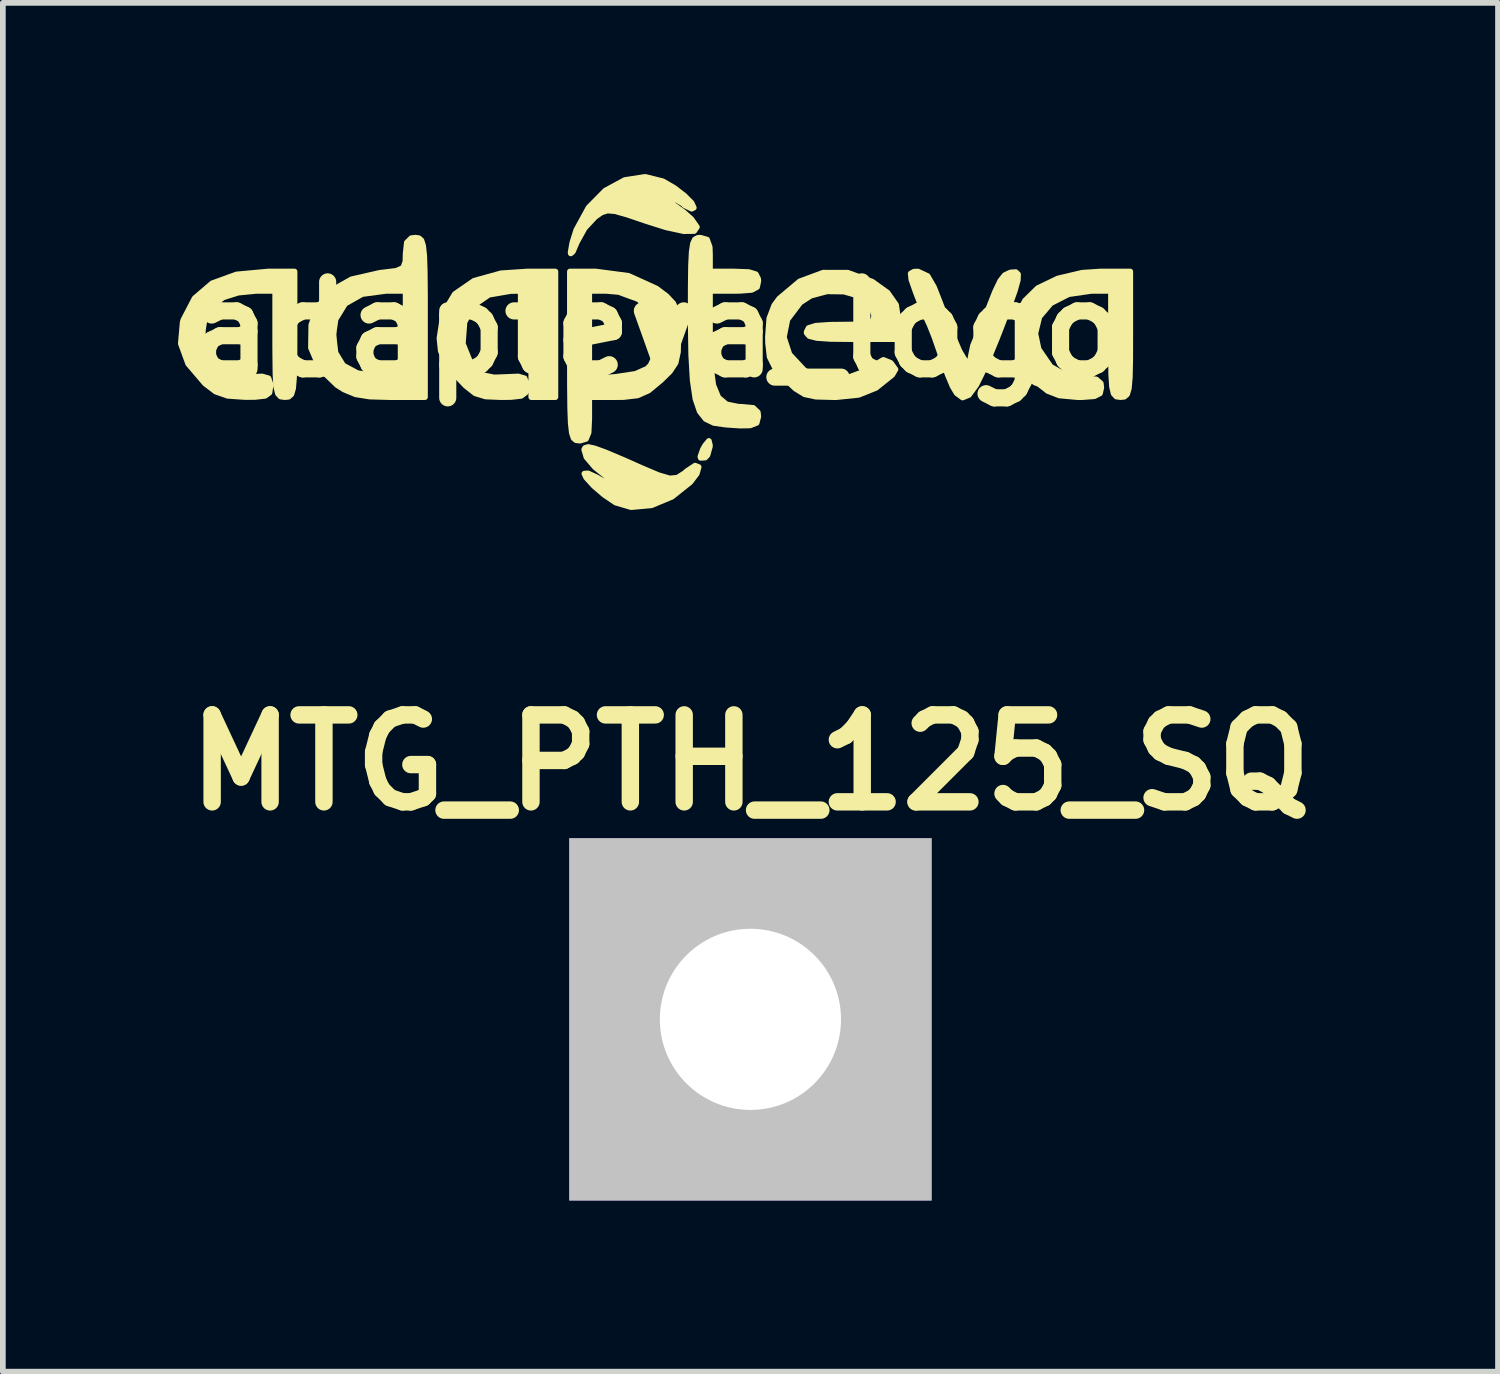
<source format=kicad_pcb>
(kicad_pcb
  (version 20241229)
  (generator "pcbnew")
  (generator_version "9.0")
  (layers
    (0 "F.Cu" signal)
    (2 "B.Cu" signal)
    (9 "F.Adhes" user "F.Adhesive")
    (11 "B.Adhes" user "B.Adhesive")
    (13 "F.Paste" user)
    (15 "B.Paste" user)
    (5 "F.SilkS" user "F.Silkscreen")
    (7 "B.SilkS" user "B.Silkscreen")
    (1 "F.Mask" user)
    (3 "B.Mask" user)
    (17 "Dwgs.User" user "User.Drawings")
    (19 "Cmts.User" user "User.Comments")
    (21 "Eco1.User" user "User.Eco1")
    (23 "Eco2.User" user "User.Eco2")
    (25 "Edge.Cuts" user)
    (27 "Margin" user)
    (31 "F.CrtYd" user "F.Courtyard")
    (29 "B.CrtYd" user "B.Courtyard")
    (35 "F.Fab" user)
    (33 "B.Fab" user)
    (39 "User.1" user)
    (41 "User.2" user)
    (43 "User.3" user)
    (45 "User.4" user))
  (footprint "adapteva_logo"
    (layer "F.Cu")
    (at 8.462 2.725)
    (property "Reference" "adapteva_logo" (at 0 0 0) (layer "F.SilkS") (effects (font (size 1.524 1.524) (thickness 0.3))))
    (attr through_hole)
    (fp_poly (pts (xy 0.93 2.048) (xy 0.887 2.201) (xy 0.847 2.244) (xy 0.769 2.249) (xy 0.763 2.227) (xy 0.806 2.104) (xy 0.847 2.032) (xy 0.912 1.953) (xy 0.93 2.029) (xy 0.93 2.048)) (stroke (width 0.1) (type solid)) (fill yes) (layer "F.SilkS"))
    (fp_poly (pts (xy 0.732 2.41) (xy 0.7 2.525) (xy 0.586 2.675) (xy 0.265 2.931) (xy -0.096 3.081) (xy -0.451 3.113) (xy -0.72 3.034) (xy -0.918 2.901) (xy -1.107 2.739) (xy -1.239 2.594) (xy -1.27 2.526) (xy -1.207 2.521) (xy -1.052 2.592) (xy -0.995 2.626) (xy -0.774 2.747) (xy -0.657 2.789) (xy -0.657 2.753) (xy -0.792 2.642) (xy -0.847 2.603) (xy -1.083 2.414) (xy -1.234 2.237) (xy -1.273 2.104) (xy -1.257 2.075) (xy -1.204 2.059) (xy -1.093 2.083) (xy -0.898 2.154) (xy -0.595 2.282) (xy -0.273 2.425) (xy 0.029 2.553) (xy 0.225 2.61) (xy 0.36 2.598) (xy 0.481 2.521) (xy 0.523 2.484) (xy 0.67 2.386) (xy 0.732 2.41)) (stroke (width 0.1) (type solid)) (fill yes) (layer "F.SilkS"))
    (fp_poly (pts (xy -1.778 1.185) (xy -1.99 1.185) (xy -2.201 1.185) (xy -2.201 0.254) (xy -2.201 -0.677) (xy -2.561 -0.675) (xy -2.945 -0.609) (xy -3.22 -0.419) (xy -3.372 -0.127) (xy -3.4 0.249) (xy -3.264 0.587) (xy -3.19 0.683) (xy -3.048 0.8) (xy -2.854 0.84) (xy -2.661 0.833) (xy -2.429 0.823) (xy -2.319 0.855) (xy -2.287 0.948) (xy -2.286 0.994) (xy -2.302 1.106) (xy -2.378 1.163) (xy -2.557 1.183) (xy -2.731 1.185) (xy -3 1.174) (xy -3.182 1.119) (xy -3.35 0.987) (xy -3.493 0.837) (xy -3.692 0.59) (xy -3.787 0.377) (xy -3.81 0.154) (xy -3.743 -0.284) (xy -3.541 -0.621) (xy -3.204 -0.854) (xy -2.732 -0.985) (xy -2.273 -1.016) (xy -1.778 -1.016) (xy -1.778 0.085) (xy -1.778 1.185)) (stroke (width 0.1) (type solid)) (fill yes) (layer "F.SilkS"))
    (fp_poly (pts (xy -4.064 1.185) (xy -4.403 1.185) (xy -4.403 0.847) (xy -4.403 0.085) (xy -4.403 -0.677) (xy -4.747 -0.677) (xy -5.167 -0.621) (xy -5.463 -0.453) (xy -5.631 -0.179) (xy -5.67 0.087) (xy -5.632 0.409) (xy -5.498 0.63) (xy -5.248 0.764) (xy -4.862 0.828) (xy -4.72 0.835) (xy -4.403 0.847) (xy -4.403 1.185) (xy -4.679 1.185) (xy -5.034 1.175) (xy -5.282 1.135) (xy -5.481 1.052) (xy -5.601 0.977) (xy -5.909 0.68) (xy -6.062 0.321) (xy -6.056 -0.079) (xy -5.955 -0.375) (xy -5.721 -0.672) (xy -5.351 -0.88) (xy -4.857 -0.993) (xy -4.805 -0.999) (xy -4.563 -1.029) (xy -4.445 -1.082) (xy -4.406 -1.193) (xy -4.403 -1.323) (xy -4.382 -1.523) (xy -4.303 -1.601) (xy -4.233 -1.609) (xy -4.171 -1.601) (xy -4.126 -1.562) (xy -4.096 -1.467) (xy -4.077 -1.293) (xy -4.068 -1.016) (xy -4.064 -0.611) (xy -4.064 -0.212) (xy -4.064 1.185)) (stroke (width 0.1) (type solid)) (fill yes) (layer "F.SilkS"))
    (fp_poly (pts (xy 1.778 1.524) (xy 1.749 1.636) (xy 1.633 1.681) (xy 1.46 1.684) (xy 1.208 1.667) (xy 1.01 1.639) (xy 0.994 1.635) (xy 0.855 1.567) (xy 0.751 1.435) (xy 0.676 1.216) (xy 0.628 0.891) (xy 0.602 0.44) (xy 0.593 -0.156) (xy 0.593 -0.25) (xy 0.594 -0.757) (xy 0.599 -1.12) (xy 0.611 -1.361) (xy 0.633 -1.507) (xy 0.668 -1.58) (xy 0.719 -1.606) (xy 0.762 -1.609) (xy 0.879 -1.576) (xy 0.926 -1.446) (xy 0.931 -1.312) (xy 0.931 -1.016) (xy 1.355 -1.016) (xy 1.609 -1.007) (xy 1.735 -0.969) (xy 1.776 -0.886) (xy 1.778 -0.847) (xy 1.756 -0.745) (xy 1.661 -0.694) (xy 1.453 -0.678) (xy 1.355 -0.677) (xy 0.931 -0.677) (xy 0.931 0.15) (xy 0.944 0.635) (xy 0.989 0.975) (xy 1.078 1.192) (xy 1.22 1.311) (xy 1.426 1.353) (xy 1.486 1.355) (xy 1.689 1.374) (xy 1.769 1.451) (xy 1.778 1.524)) (stroke (width 0.1) (type solid)) (fill yes) (layer "F.SilkS"))
    (fp_poly (pts (xy 0.378 0.101) (xy 0.37 0.394) (xy 0.329 0.584) (xy 0.228 0.736) (xy 0.063 0.897) (xy 0.049 0.908) (xy 0.049 -0.025) (xy -0.079 -0.311) (xy -0.324 -0.532) (xy -0.668 -0.658) (xy -0.885 -0.677) (xy -1.185 -0.677) (xy -1.185 0.095) (xy -1.185 0.868) (xy -0.707 0.828) (xy -0.371 0.777) (xy -0.168 0.686) (xy -0.111 0.627) (xy 0.045 0.298) (xy 0.049 -0.025) (xy 0.049 0.908) (xy -0.147 1.07) (xy -0.338 1.155) (xy -0.587 1.184) (xy -0.718 1.185) (xy -1.185 1.185) (xy -1.185 1.566) (xy -1.196 1.804) (xy -1.242 1.917) (xy -1.343 1.947) (xy -1.355 1.947) (xy -1.416 1.94) (xy -1.46 1.902) (xy -1.49 1.811) (xy -1.509 1.643) (xy -1.519 1.374) (xy -1.523 0.982) (xy -1.524 0.466) (xy -1.524 -1.016) (xy -1.069 -1.016) (xy -0.498 -0.941) (xy -0.007 -0.718) (xy 0.168 -0.586) (xy 0.289 -0.457) (xy 0.353 -0.301) (xy 0.376 -0.059) (xy 0.378 0.101)) (stroke (width 0.1) (type solid)) (fill yes) (layer "F.SilkS"))
    (fp_poly (pts (xy 0.702 -1.796) (xy 0.654 -1.726) (xy 0.471 -1.724) (xy 0.161 -1.791) (xy 0 -1.842) (xy 0 -2.328) (xy -0.042 -2.371) (xy -0.085 -2.328) (xy -0.042 -2.286) (xy 0 -2.328) (xy 0 -1.842) (xy -0.189 -1.902) (xy -0.519 -2.014) (xy -0.731 -2.074) (xy -0.868 -2.085) (xy -0.971 -2.051) (xy -1.082 -1.974) (xy -1.083 -1.973) (xy -1.264 -1.778) (xy -1.402 -1.53) (xy -1.406 -1.519) (xy -1.472 -1.365) (xy -1.509 -1.334) (xy -1.511 -1.355) (xy -1.482 -1.52) (xy -1.413 -1.741) (xy -1.412 -1.744) (xy -1.197 -2.137) (xy -0.903 -2.435) (xy -0.561 -2.62) (xy -0.204 -2.675) (xy 0.105 -2.598) (xy 0.304 -2.483) (xy 0.482 -2.346) (xy 0.608 -2.22) (xy 0.647 -2.135) (xy 0.611 -2.117) (xy 0.483 -2.179) (xy 0.466 -2.201) (xy 0.345 -2.274) (xy 0.27 -2.283) (xy 0.179 -2.271) (xy 0.234 -2.22) (xy 0.285 -2.189) (xy 0.47 -2.056) (xy 0.604 -1.936) (xy 0.702 -1.796)) (stroke (width 0.1) (type solid)) (fill yes) (layer "F.SilkS"))
    (fp_poly (pts (xy 6.33 -0.968) (xy 6.326 -0.865) (xy 6.273 -0.676) (xy 6.167 -0.379) (xy 6.003 0.047) (xy 5.953 0.174) (xy 5.758 0.648) (xy 5.6 0.968) (xy 5.47 1.146) (xy 5.358 1.192) (xy 5.255 1.116) (xy 5.183 0.995) (xy 5.1 0.799) (xy 5 0.527) (xy 4.959 0.403) (xy 4.866 0.135) (xy 4.779 -0.083) (xy 4.749 -0.147) (xy 4.671 -0.318) (xy 4.571 -0.566) (xy 4.537 -0.656) (xy 4.46 -0.876) (xy 4.449 -0.981) (xy 4.508 -1.014) (xy 4.577 -1.016) (xy 4.745 -0.937) (xy 4.858 -0.741) (xy 4.947 -0.514) (xy 5.067 -0.203) (xy 5.17 0.064) (xy 5.303 0.376) (xy 5.408 0.554) (xy 5.477 0.589) (xy 5.503 0.472) (xy 5.503 0.465) (xy 5.541 0.281) (xy 5.579 0.189) (xy 5.655 0.023) (xy 5.756 -0.225) (xy 5.8 -0.339) (xy 5.925 -0.658) (xy 6.017 -0.851) (xy 6.096 -0.952) (xy 6.185 -0.995) (xy 6.211 -1.001) (xy 6.29 -1.006) (xy 6.33 -0.968)) (stroke (width 0.1) (type solid)) (fill yes) (layer "F.SilkS"))
    (fp_poly (pts (xy 8.297 0.085) (xy 8.296 0.534) (xy 8.289 0.841) (xy 8.272 1.033) (xy 8.241 1.136) (xy 8.192 1.178) (xy 8.128 1.185) (xy 8.054 1.175) (xy 8.005 1.123) (xy 7.977 1.001) (xy 7.963 0.78) (xy 7.959 0.43) (xy 7.959 0.254) (xy 7.959 -0.677) (xy 7.616 -0.677) (xy 7.216 -0.619) (xy 6.905 -0.46) (xy 6.704 -0.222) (xy 6.633 0.07) (xy 6.691 0.345) (xy 6.901 0.651) (xy 7.21 0.827) (xy 7.499 0.863) (xy 7.7 0.874) (xy 7.78 0.944) (xy 7.789 1.019) (xy 7.766 1.119) (xy 7.668 1.169) (xy 7.454 1.185) (xy 7.372 1.185) (xy 7.055 1.156) (xy 6.848 1.076) (xy 6.828 1.058) (xy 6.695 0.955) (xy 6.631 0.931) (xy 6.519 0.855) (xy 6.431 0.655) (xy 6.372 0.378) (xy 6.349 0.07) (xy 6.366 -0.225) (xy 6.429 -0.461) (xy 6.453 -0.506) (xy 6.677 -0.726) (xy 7.026 -0.894) (xy 7.455 -0.995) (xy 7.774 -1.016) (xy 8.297 -1.016) (xy 8.297 0.085)) (stroke (width 0.1) (type solid)) (fill yes) (layer "F.SilkS"))
    (fp_poly (pts (xy -6.35 0.085) (xy -6.351 0.534) (xy -6.359 0.841) (xy -6.375 1.033) (xy -6.406 1.136) (xy -6.455 1.178) (xy -6.519 1.185) (xy -6.593 1.175) (xy -6.642 1.123) (xy -6.671 1.001) (xy -6.684 0.78) (xy -6.688 0.43) (xy -6.689 0.254) (xy -6.689 -0.677) (xy -7.023 -0.677) (xy -7.337 -0.646) (xy -7.597 -0.564) (xy -7.758 -0.449) (xy -7.789 -0.367) (xy -7.84 -0.264) (xy -7.874 -0.254) (xy -7.927 -0.179) (xy -7.956 0.009) (xy -7.959 0.089) (xy -7.893 0.45) (xy -7.704 0.699) (xy -7.404 0.824) (xy -7.15 0.833) (xy -6.917 0.823) (xy -6.807 0.855) (xy -6.775 0.947) (xy -6.773 0.994) (xy -6.789 1.106) (xy -6.865 1.162) (xy -7.042 1.182) (xy -7.218 1.183) (xy -7.52 1.162) (xy -7.733 1.088) (xy -7.92 0.945) (xy -8.214 0.601) (xy -8.343 0.247) (xy -8.31 -0.127) (xy -8.297 -0.171) (xy -8.101 -0.547) (xy -7.794 -0.81) (xy -7.368 -0.965) (xy -6.813 -1.016) (xy -6.803 -1.016) (xy -6.35 -1.016) (xy -6.35 0.085)) (stroke (width 0.1) (type solid)) (fill yes) (layer "F.SilkS"))
    (fp_poly (pts (xy 4.233 0.169) (xy 3.429 0.169) (xy 3.046 0.165) (xy 2.803 0.148) (xy 2.673 0.115) (xy 2.626 0.061) (xy 2.625 0.042) (xy 2.66 -0.027) (xy 2.785 -0.066) (xy 3.032 -0.083) (xy 3.217 -0.085) (xy 3.529 -0.089) (xy 3.708 -0.11) (xy 3.79 -0.158) (xy 3.81 -0.241) (xy 3.81 -0.249) (xy 3.736 -0.447) (xy 3.545 -0.589) (xy 3.278 -0.665) (xy 2.982 -0.669) (xy 2.698 -0.593) (xy 2.513 -0.473) (xy 2.288 -0.175) (xy 2.226 0.135) (xy 2.324 0.436) (xy 2.578 0.708) (xy 2.708 0.795) (xy 2.904 0.892) (xy 3.08 0.908) (xy 3.324 0.852) (xy 3.33 0.85) (xy 3.587 0.754) (xy 3.792 0.644) (xy 3.83 0.615) (xy 3.969 0.532) (xy 4.095 0.583) (xy 4.102 0.589) (xy 4.182 0.698) (xy 4.125 0.795) (xy 3.84 1.023) (xy 3.536 1.145) (xy 3.147 1.185) (xy 3.086 1.185) (xy 2.787 1.177) (xy 2.59 1.135) (xy 2.428 1.035) (xy 2.258 0.875) (xy 2.069 0.665) (xy 1.977 0.48) (xy 1.949 0.237) (xy 1.947 0.126) (xy 1.971 -0.195) (xy 2.058 -0.424) (xy 2.145 -0.542) (xy 2.504 -0.844) (xy 2.914 -0.996) (xy 3.347 -0.995) (xy 3.773 -0.839) (xy 4.043 -0.646) (xy 4.193 -0.431) (xy 4.233 -0.155) (xy 4.233 0.169)) (stroke (width 0.1) (type solid)) (fill yes) (layer "F.SilkS")))
  (footprint "MTG_PTH_125_SQ"
    (layer "F.Cu")
    (at 10.102 14.815)
    (property "Reference" "MTG_PTH_125_SQ" (at 0 -4.501 0) (layer "F.SilkS") (effects (font (size 1.524 1.524) (thickness 0.305))))
    (attr through_hole)
    (pad "1" thru_hole rect (at 0 0) (size 6.35 6.35) (drill 3.175) (layers "*.Cu" "*.Mask" "Dwgs.User")))
  (gr_rect
    (start -3 -3)
    (end 23.204 20.99)
    (stroke (width 0.1) (type default))
    (fill no)
    (layer "Edge.Cuts")))
</source>
